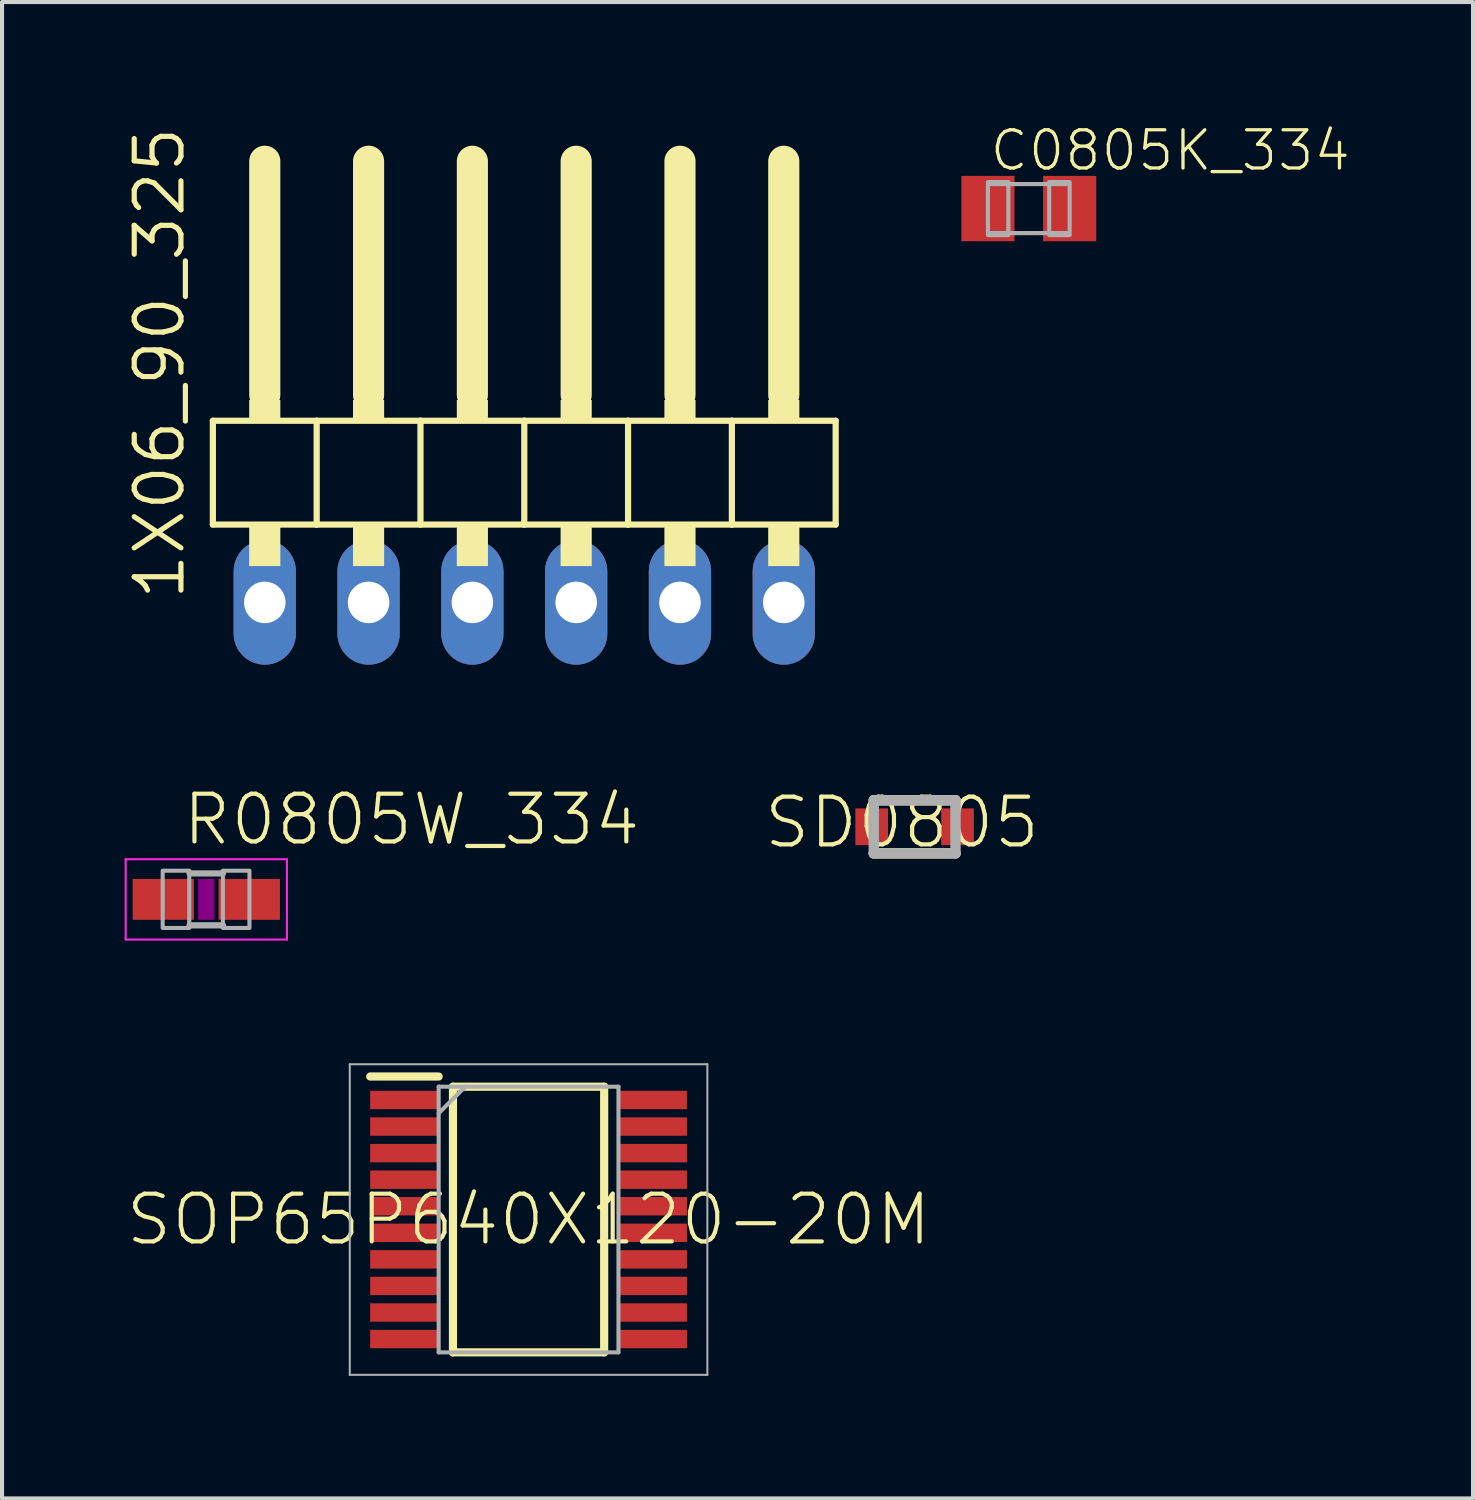
<source format=kicad_pcb>
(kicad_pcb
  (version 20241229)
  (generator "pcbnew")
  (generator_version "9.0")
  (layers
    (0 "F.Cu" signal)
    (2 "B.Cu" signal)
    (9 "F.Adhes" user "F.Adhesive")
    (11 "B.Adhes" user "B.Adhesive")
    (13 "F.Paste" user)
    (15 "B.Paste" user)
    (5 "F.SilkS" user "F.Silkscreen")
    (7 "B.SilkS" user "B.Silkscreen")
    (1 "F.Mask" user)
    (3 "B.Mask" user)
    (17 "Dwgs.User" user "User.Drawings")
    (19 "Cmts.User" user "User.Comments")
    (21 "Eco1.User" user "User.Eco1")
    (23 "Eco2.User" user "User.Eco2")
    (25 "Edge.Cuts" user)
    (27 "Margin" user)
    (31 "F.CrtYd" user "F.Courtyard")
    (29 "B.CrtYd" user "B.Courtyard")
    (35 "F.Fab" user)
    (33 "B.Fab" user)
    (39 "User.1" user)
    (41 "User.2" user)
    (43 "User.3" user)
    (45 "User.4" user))
  (footprint "SOP65P640X120-20M"
    (layer "F.Cu")
    (at 9.884 26.792)
    (property "Reference" "SOP65P640X120-20M" (at 0 0 0) (unlocked yes) (layer "F.SilkS") (effects (font (size 1.168 1.168) (thickness 0.102))))
    (fp_line (start -3.875 -3.5) (end -2.2 -3.5) (stroke (width 0.2) (type solid)) (layer "F.SilkS"))
    (fp_line (start -1.85 -3.25) (end 1.85 -3.25) (stroke (width 0.2) (type solid)) (layer "F.SilkS"))
    (fp_line (start -1.85 3.25) (end -1.85 -3.25) (stroke (width 0.2) (type solid)) (layer "F.SilkS"))
    (fp_line (start 1.85 -3.25) (end 1.85 3.25) (stroke (width 0.2) (type solid)) (layer "F.SilkS"))
    (fp_line (start 1.85 3.25) (end -1.85 3.25) (stroke (width 0.2) (type solid)) (layer "F.SilkS"))
    (fp_line (start -4.375 -3.8) (end 4.375 -3.8) (stroke (width 0.05) (type solid)) (layer "F.Fab"))
    (fp_line (start -4.375 3.8) (end -4.375 -3.8) (stroke (width 0.05) (type solid)) (layer "F.Fab"))
    (fp_line (start -2.2 -3.25) (end 2.2 -3.25) (stroke (width 0.1) (type solid)) (layer "F.Fab"))
    (fp_line (start -2.2 -2.6) (end -1.55 -3.25) (stroke (width 0.1) (type solid)) (layer "F.Fab"))
    (fp_line (start -2.2 3.25) (end -2.2 -3.25) (stroke (width 0.1) (type solid)) (layer "F.Fab"))
    (fp_line (start 2.2 -3.25) (end 2.2 3.25) (stroke (width 0.1) (type solid)) (layer "F.Fab"))
    (fp_line (start 2.2 3.25) (end -2.2 3.25) (stroke (width 0.1) (type solid)) (layer "F.Fab"))
    (fp_line (start 4.375 -3.8) (end 4.375 3.8) (stroke (width 0.05) (type solid)) (layer "F.Fab"))
    (fp_line (start 4.375 3.8) (end -4.375 3.8) (stroke (width 0.05) (type solid)) (layer "F.Fab"))
    (pad "1" smd rect (at -3.038 -2.925) (size 1.675 0.45) (layers "F.Cu" "F.Mask" "F.Paste"))
    (pad "2" smd rect (at -3.038 -2.275) (size 1.675 0.45) (layers "F.Cu" "F.Mask" "F.Paste"))
    (pad "3" smd rect (at -3.038 -1.625) (size 1.675 0.45) (layers "F.Cu" "F.Mask" "F.Paste"))
    (pad "4" smd rect (at -3.038 -0.975) (size 1.675 0.45) (layers "F.Cu" "F.Mask" "F.Paste"))
    (pad "5" smd rect (at -3.038 -0.325) (size 1.675 0.45) (layers "F.Cu" "F.Mask" "F.Paste"))
    (pad "6" smd rect (at -3.038 0.325) (size 1.675 0.45) (layers "F.Cu" "F.Mask" "F.Paste"))
    (pad "7" smd rect (at -3.038 0.975) (size 1.675 0.45) (layers "F.Cu" "F.Mask" "F.Paste"))
    (pad "8" smd rect (at -3.038 1.625) (size 1.675 0.45) (layers "F.Cu" "F.Mask" "F.Paste"))
    (pad "9" smd rect (at -3.038 2.275) (size 1.675 0.45) (layers "F.Cu" "F.Mask" "F.Paste"))
    (pad "10" smd rect (at -3.038 2.925) (size 1.675 0.45) (layers "F.Cu" "F.Mask" "F.Paste"))
    (pad "11" smd rect (at 3.038 2.925) (size 1.675 0.45) (layers "F.Cu" "F.Mask" "F.Paste"))
    (pad "12" smd rect (at 3.038 2.275) (size 1.675 0.45) (layers "F.Cu" "F.Mask" "F.Paste"))
    (pad "13" smd rect (at 3.038 1.625) (size 1.675 0.45) (layers "F.Cu" "F.Mask" "F.Paste"))
    (pad "14" smd rect (at 3.038 0.975) (size 1.675 0.45) (layers "F.Cu" "F.Mask" "F.Paste"))
    (pad "15" smd rect (at 3.038 0.325) (size 1.675 0.45) (layers "F.Cu" "F.Mask" "F.Paste"))
    (pad "16" smd rect (at 3.038 -0.325) (size 1.675 0.45) (layers "F.Cu" "F.Mask" "F.Paste"))
    (pad "17" smd rect (at 3.038 -0.975) (size 1.675 0.45) (layers "F.Cu" "F.Mask" "F.Paste"))
    (pad "18" smd rect (at 3.038 -1.625) (size 1.675 0.45) (layers "F.Cu" "F.Mask" "F.Paste"))
    (pad "19" smd rect (at 3.038 -2.275) (size 1.675 0.45) (layers "F.Cu" "F.Mask" "F.Paste"))
    (pad "20" smd rect (at 3.038 -2.925) (size 1.675 0.45) (layers "F.Cu" "F.Mask" "F.Paste")))
  (footprint "1X06_90_325"
    (layer "F.Cu")
    (at 9.779 7.881)
    (property "Reference" "1X06_90_325" (at -8.255 3.81 90) (unlocked yes) (layer "F.SilkS") (effects (font (size 1.143 1.143) (thickness 0.127)) (justify left bottom)))
    (fp_line (start -7.62 -0.635) (end -7.62 1.905) (stroke (width 0.152) (type solid)) (layer "F.SilkS"))
    (fp_line (start -7.62 1.905) (end -5.08 1.905) (stroke (width 0.152) (type solid)) (layer "F.SilkS"))
    (fp_line (start -6.35 -6.985) (end -6.35 -1.27) (stroke (width 0.762) (type solid)) (layer "F.SilkS"))
    (fp_line (start -5.08 -0.635) (end -7.62 -0.635) (stroke (width 0.152) (type solid)) (layer "F.SilkS"))
    (fp_line (start -5.08 1.905) (end -5.08 -0.635) (stroke (width 0.152) (type solid)) (layer "F.SilkS"))
    (fp_line (start -5.08 1.905) (end -2.54 1.905) (stroke (width 0.152) (type solid)) (layer "F.SilkS"))
    (fp_line (start -3.81 -6.985) (end -3.81 -1.27) (stroke (width 0.762) (type solid)) (layer "F.SilkS"))
    (fp_line (start -2.54 -0.635) (end -5.08 -0.635) (stroke (width 0.152) (type solid)) (layer "F.SilkS"))
    (fp_line (start -2.54 1.905) (end -2.54 -0.635) (stroke (width 0.152) (type solid)) (layer "F.SilkS"))
    (fp_line (start -2.54 1.905) (end 0 1.905) (stroke (width 0.152) (type solid)) (layer "F.SilkS"))
    (fp_line (start -1.27 -6.985) (end -1.27 -1.27) (stroke (width 0.762) (type solid)) (layer "F.SilkS"))
    (fp_line (start 0 -0.635) (end -2.54 -0.635) (stroke (width 0.152) (type solid)) (layer "F.SilkS"))
    (fp_line (start 0 1.905) (end 0 -0.635) (stroke (width 0.152) (type solid)) (layer "F.SilkS"))
    (fp_line (start 0 1.905) (end 2.54 1.905) (stroke (width 0.152) (type solid)) (layer "F.SilkS"))
    (fp_line (start 1.27 -6.985) (end 1.27 -1.27) (stroke (width 0.762) (type solid)) (layer "F.SilkS"))
    (fp_line (start 2.54 -0.635) (end 0 -0.635) (stroke (width 0.152) (type solid)) (layer "F.SilkS"))
    (fp_line (start 2.54 1.905) (end 2.54 -0.635) (stroke (width 0.152) (type solid)) (layer "F.SilkS"))
    (fp_line (start 2.54 1.905) (end 5.08 1.905) (stroke (width 0.152) (type solid)) (layer "F.SilkS"))
    (fp_line (start 3.81 -6.985) (end 3.81 -1.27) (stroke (width 0.762) (type solid)) (layer "F.SilkS"))
    (fp_line (start 5.08 -0.635) (end 2.54 -0.635) (stroke (width 0.152) (type solid)) (layer "F.SilkS"))
    (fp_line (start 5.08 1.905) (end 5.08 -0.635) (stroke (width 0.152) (type solid)) (layer "F.SilkS"))
    (fp_line (start 5.08 1.905) (end 7.62 1.905) (stroke (width 0.152) (type solid)) (layer "F.SilkS"))
    (fp_line (start 6.35 -6.985) (end 6.35 -1.27) (stroke (width 0.762) (type solid)) (layer "F.SilkS"))
    (fp_line (start 7.62 -0.635) (end 5.08 -0.635) (stroke (width 0.152) (type solid)) (layer "F.SilkS"))
    (fp_line (start 7.62 1.905) (end 7.62 -0.635) (stroke (width 0.152) (type solid)) (layer "F.SilkS"))
    (fp_poly (pts (xy -6.731 -0.635) (xy -5.969 -0.635) (xy -5.969 -1.143) (xy -6.731 -1.143)) (stroke (width 0) (type default)) (fill yes) (layer "F.SilkS"))
    (fp_poly (pts (xy -6.731 2.921) (xy -5.969 2.921) (xy -5.969 1.905) (xy -6.731 1.905)) (stroke (width 0) (type default)) (fill yes) (layer "F.SilkS"))
    (fp_poly (pts (xy -4.191 -0.635) (xy -3.429 -0.635) (xy -3.429 -1.143) (xy -4.191 -1.143)) (stroke (width 0) (type default)) (fill yes) (layer "F.SilkS"))
    (fp_poly (pts (xy -4.191 2.921) (xy -3.429 2.921) (xy -3.429 1.905) (xy -4.191 1.905)) (stroke (width 0) (type default)) (fill yes) (layer "F.SilkS"))
    (fp_poly (pts (xy -1.651 -0.635) (xy -0.889 -0.635) (xy -0.889 -1.143) (xy -1.651 -1.143)) (stroke (width 0) (type default)) (fill yes) (layer "F.SilkS"))
    (fp_poly (pts (xy -1.651 2.921) (xy -0.889 2.921) (xy -0.889 1.905) (xy -1.651 1.905)) (stroke (width 0) (type default)) (fill yes) (layer "F.SilkS"))
    (fp_poly (pts (xy 0.889 -0.635) (xy 1.651 -0.635) (xy 1.651 -1.143) (xy 0.889 -1.143)) (stroke (width 0) (type default)) (fill yes) (layer "F.SilkS"))
    (fp_poly (pts (xy 0.889 2.921) (xy 1.651 2.921) (xy 1.651 1.905) (xy 0.889 1.905)) (stroke (width 0) (type default)) (fill yes) (layer "F.SilkS"))
    (fp_poly (pts (xy 3.429 -0.635) (xy 4.191 -0.635) (xy 4.191 -1.143) (xy 3.429 -1.143)) (stroke (width 0) (type default)) (fill yes) (layer "F.SilkS"))
    (fp_poly (pts (xy 3.429 2.921) (xy 4.191 2.921) (xy 4.191 1.905) (xy 3.429 1.905)) (stroke (width 0) (type default)) (fill yes) (layer "F.SilkS"))
    (fp_poly (pts (xy 5.969 -0.635) (xy 6.731 -0.635) (xy 6.731 -1.143) (xy 5.969 -1.143)) (stroke (width 0) (type default)) (fill yes) (layer "F.SilkS"))
    (fp_poly (pts (xy 5.969 2.921) (xy 6.731 2.921) (xy 6.731 1.905) (xy 5.969 1.905)) (stroke (width 0) (type default)) (fill yes) (layer "F.SilkS"))
    (pad "1" thru_hole oval (at -6.35 3.81 90) (size 3.048 1.524) (drill 1.016) (layers "*.Cu" "*.Mask"))
    (pad "2" thru_hole oval (at -3.81 3.81 90) (size 3.048 1.524) (drill 1.016) (layers "*.Cu" "*.Mask"))
    (pad "3" thru_hole oval (at -1.27 3.81 90) (size 3.048 1.524) (drill 1.016) (layers "*.Cu" "*.Mask"))
    (pad "4" thru_hole oval (at 1.27 3.81 90) (size 3.048 1.524) (drill 1.016) (layers "*.Cu" "*.Mask"))
    (pad "5" thru_hole oval (at 3.81 3.81 90) (size 3.048 1.524) (drill 1.016) (layers "*.Cu" "*.Mask"))
    (pad "6" thru_hole oval (at 6.35 3.81 90) (size 3.048 1.524) (drill 1.016) (layers "*.Cu" "*.Mask")))
  (footprint "R0805W_334"
    (layer "F.Cu")
    (at 1.998 18.958)
    (property "Reference" "R0805W_334" (at -0.635 -1.27 0) (unlocked yes) (layer "F.SilkS") (effects (font (size 1.168 1.168) (thickness 0.102)) (justify left bottom)))
    (fp_poly (pts (xy -0.2 0.5) (xy 0.2 0.5) (xy 0.2 -0.5) (xy -0.2 -0.5)) (stroke (width 0) (type default)) (fill yes) (layer "F.Adhes"))
    (fp_line (start -1.973 -0.983) (end 1.973 -0.983) (stroke (width 0.051) (type solid)) (layer "F.CrtYd"))
    (fp_line (start -1.973 0.983) (end -1.973 -0.983) (stroke (width 0.051) (type solid)) (layer "F.CrtYd"))
    (fp_line (start 1.973 -0.983) (end 1.973 0.983) (stroke (width 0.051) (type solid)) (layer "F.CrtYd"))
    (fp_line (start 1.973 0.983) (end -1.973 0.983) (stroke (width 0.051) (type solid)) (layer "F.CrtYd"))
    (fp_line (start -0.41 -0.635) (end 0.41 -0.635) (stroke (width 0.152) (type solid)) (layer "F.Fab"))
    (fp_line (start -0.41 0.635) (end 0.41 0.635) (stroke (width 0.152) (type solid)) (layer "F.Fab"))
    (fp_poly (pts (xy -1.067 0.699) (xy -0.417 0.699) (xy -0.417 -0.702) (xy -1.067 -0.702)) (stroke (width 0.1) (type default)) (fill no) (layer "F.Fab"))
    (fp_poly (pts (xy 0.406 0.699) (xy 1.056 0.699) (xy 1.056 -0.702) (xy 0.406 -0.702)) (stroke (width 0.1) (type default)) (fill no) (layer "F.Fab"))
    (pad "1" smd rect (at -1.052 0) (size 1.5 1) (layers "F.Cu" "F.Mask" "F.Paste"))
    (pad "2" smd rect (at 1.052 0) (size 1.5 1) (layers "F.Cu" "F.Mask" "F.Paste")))
  (footprint "SD0805"
    (layer "F.Cu")
    (at 19.331 17.182)
    (property "Reference" "SD0805" (at -0.311 -0.105 0) (unlocked yes) (layer "F.SilkS") (effects (font (size 1.168 1.168) (thickness 0.102))))
    (fp_line (start -1 -0.65) (end 1 -0.65) (stroke (width 0.254) (type solid)) (layer "F.SilkS"))
    (fp_line (start -1 0.65) (end 1 0.65) (stroke (width 0.254) (type solid)) (layer "F.SilkS"))
    (fp_line (start -1 -0.65) (end 1 -0.65) (stroke (width 0.254) (type solid)) (layer "F.Fab"))
    (fp_line (start -1 0.65) (end -1 -0.65) (stroke (width 0.254) (type solid)) (layer "F.Fab"))
    (fp_line (start 1 -0.65) (end 1 0.65) (stroke (width 0.254) (type solid)) (layer "F.Fab"))
    (fp_line (start 1 0.65) (end -1 0.65) (stroke (width 0.254) (type solid)) (layer "F.Fab"))
    (pad "1" smd rect (at -1.05 0 90) (size 0.9 0.8) (layers "F.Cu" "F.Mask" "F.Paste"))
    (pad "2" smd rect (at 1.05 0 90) (size 0.9 0.8) (layers "F.Cu" "F.Mask" "F.Paste")))
  (footprint "C0805K_334"
    (layer "F.Cu")
    (at 22.125 2.054)
    (property "Reference" "C0805K_334" (at -1 -0.875 0) (unlocked yes) (layer "F.SilkS") (effects (font (size 0.935 0.935) (thickness 0.081)) (justify left bottom)))
    (fp_line (start -0.925 -0.6) (end 0.925 -0.6) (stroke (width 0.102) (type solid)) (layer "F.Fab"))
    (fp_line (start 0.925 0.6) (end -0.925 0.6) (stroke (width 0.102) (type solid)) (layer "F.Fab"))
    (fp_poly (pts (xy -1 0.65) (xy -0.5 0.65) (xy -0.5 -0.65) (xy -1 -0.65)) (stroke (width 0.1) (type default)) (fill no) (layer "F.Fab"))
    (fp_poly (pts (xy 0.5 0.65) (xy 1 0.65) (xy 1 -0.65) (xy 0.5 -0.65)) (stroke (width 0.1) (type default)) (fill no) (layer "F.Fab"))
    (pad "1" smd rect (at -1 0) (size 1.3 1.6) (layers "F.Cu" "F.Mask" "F.Paste"))
    (pad "2" smd rect (at 1 0) (size 1.3 1.6) (layers "F.Cu" "F.Mask" "F.Paste")))
  (gr_rect
    (start -3 -3)
    (end 32.995 33.617)
    (stroke (width 0.1) (type default))
    (fill no)
    (layer "Edge.Cuts")))
</source>
